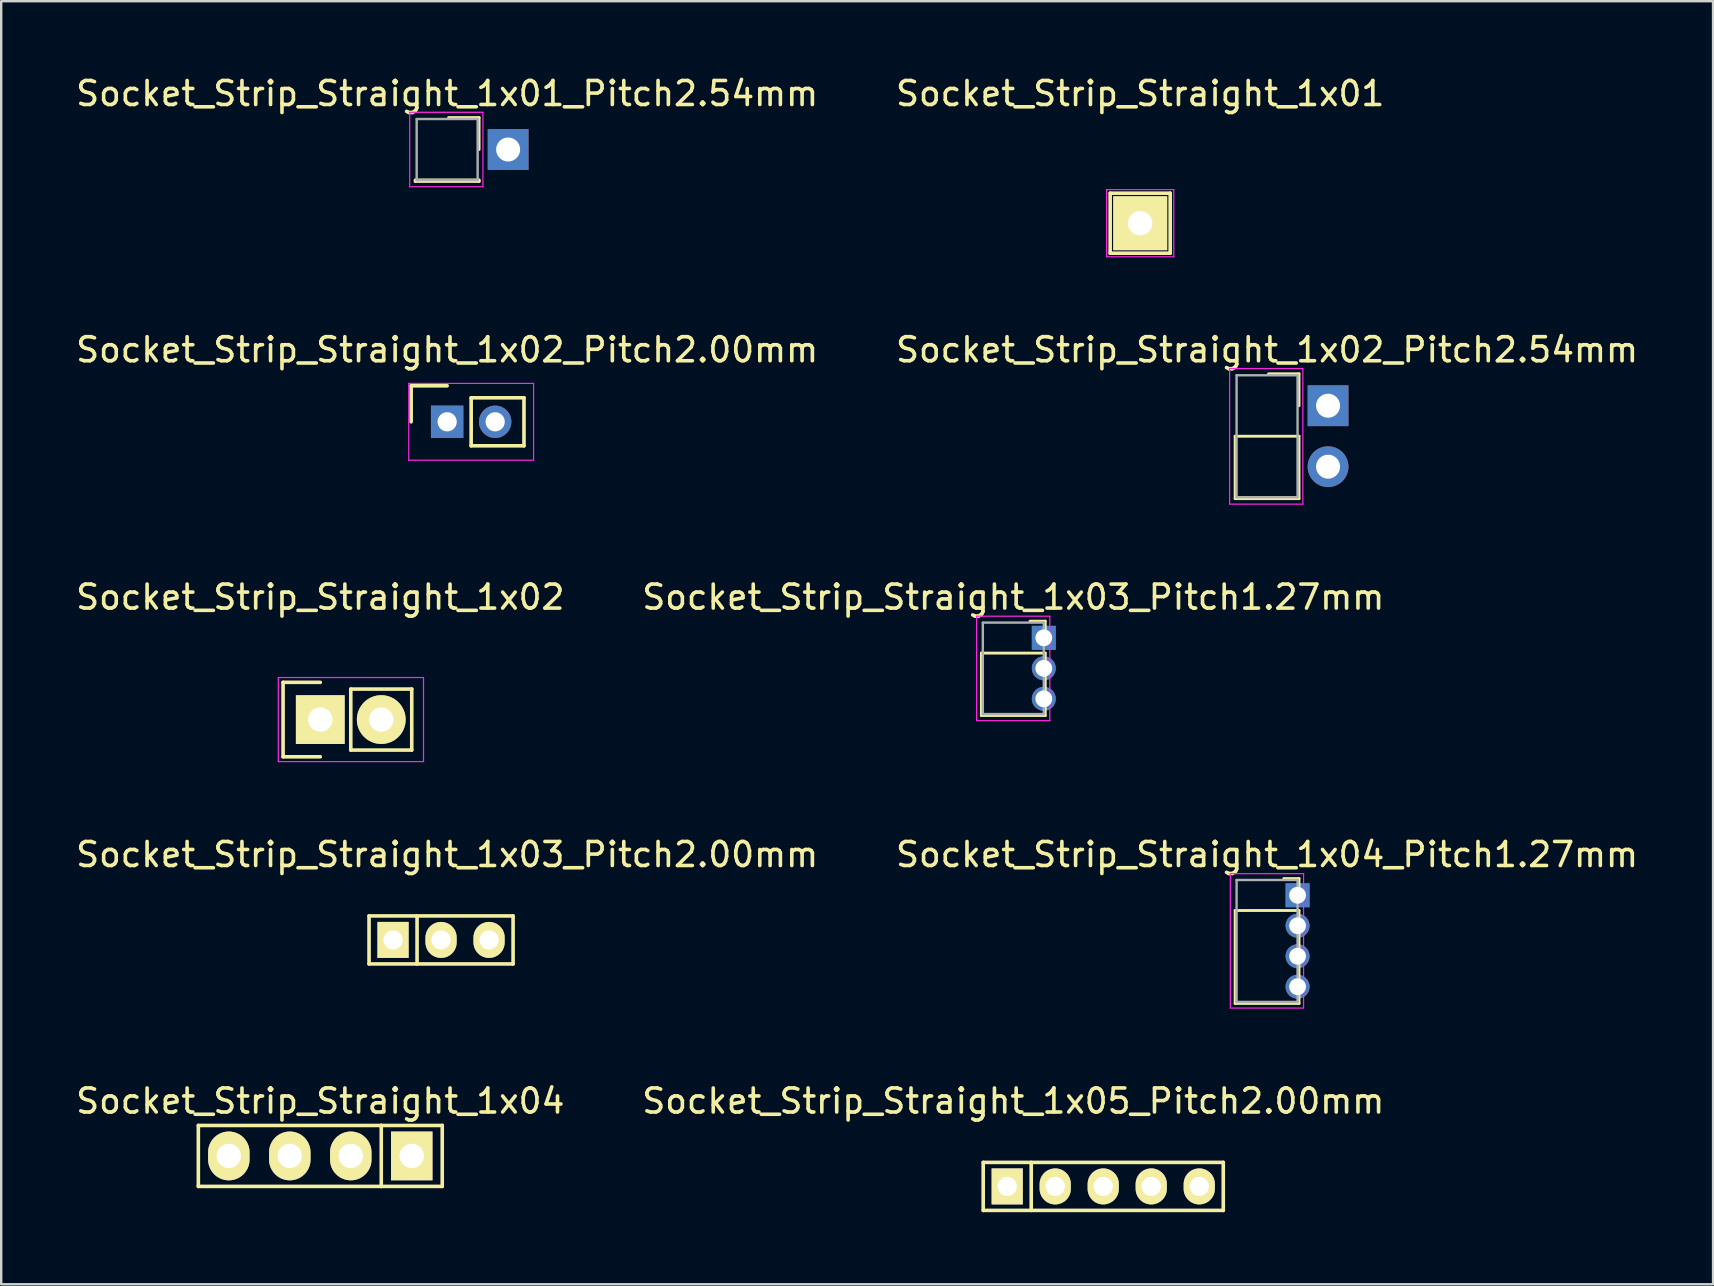
<source format=kicad_pcb>
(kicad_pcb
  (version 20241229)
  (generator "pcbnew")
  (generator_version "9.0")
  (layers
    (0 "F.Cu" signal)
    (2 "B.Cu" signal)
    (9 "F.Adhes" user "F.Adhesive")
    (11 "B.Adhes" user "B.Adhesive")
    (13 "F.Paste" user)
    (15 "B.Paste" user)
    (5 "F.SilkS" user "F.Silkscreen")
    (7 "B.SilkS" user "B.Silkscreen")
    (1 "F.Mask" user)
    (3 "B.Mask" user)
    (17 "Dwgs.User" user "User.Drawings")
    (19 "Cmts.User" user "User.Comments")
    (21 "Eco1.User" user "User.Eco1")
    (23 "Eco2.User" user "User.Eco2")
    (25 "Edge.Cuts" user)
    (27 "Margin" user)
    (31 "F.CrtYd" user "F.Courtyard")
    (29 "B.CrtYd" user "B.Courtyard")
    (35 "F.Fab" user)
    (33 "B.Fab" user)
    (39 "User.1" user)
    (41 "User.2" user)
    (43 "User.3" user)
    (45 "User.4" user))
  (footprint "Socket_Strip_Straight_1x04"
    (layer "F.Cu")
    (at 10.292 45.102)
    (property "Reference" "Socket_Strip_Straight_1x04" (at 0 -2.286 0) (layer "F.SilkS") (effects (font (size 1 1) (thickness 0.15))))
    (attr through_hole)
    (fp_line (start -5.08 1.27) (end -5.08 -1.27) (stroke (width 0.15) (type solid)) (layer "F.SilkS"))
    (fp_line (start 2.54 -1.27) (end -5.08 -1.27) (stroke (width 0.15) (type solid)) (layer "F.SilkS"))
    (fp_line (start 2.54 -1.27) (end 2.54 1.27) (stroke (width 0.15) (type solid)) (layer "F.SilkS"))
    (fp_line (start 2.54 1.27) (end -5.08 1.27) (stroke (width 0.15) (type solid)) (layer "F.SilkS"))
    (fp_line (start 5.08 -1.27) (end 2.54 -1.27) (stroke (width 0.15) (type solid)) (layer "F.SilkS"))
    (fp_line (start 5.08 -1.27) (end 5.08 1.27) (stroke (width 0.15) (type solid)) (layer "F.SilkS"))
    (fp_line (start 5.08 1.27) (end 2.54 1.27) (stroke (width 0.15) (type solid)) (layer "F.SilkS"))
    (pad "1" thru_hole rect (at 3.81 0 180) (size 1.727 2.032) (drill 1.016) (layers "*.Cu" "*.Mask" "F.SilkS"))
    (pad "2" thru_hole oval (at 1.27 0 180) (size 1.727 2.032) (drill 1.016) (layers "*.Cu" "*.Mask" "F.SilkS"))
    (pad "3" thru_hole oval (at -1.27 0 180) (size 1.727 2.032) (drill 1.016) (layers "*.Cu" "*.Mask" "F.SilkS"))
    (pad "4" thru_hole oval (at -3.81 0 180) (size 1.727 2.032) (drill 1.016) (layers "*.Cu" "*.Mask" "F.SilkS")))
  (footprint "Socket_Strip_Straight_1x05_Pitch2.00mm"
    (layer "F.Cu")
    (at 38.907 46.372)
    (property "Reference" "Socket_Strip_Straight_1x05_Pitch2.00mm" (at 0.254 -3.556 0) (layer "F.SilkS") (effects (font (size 1 1) (thickness 0.15))))
    (attr through_hole)
    (fp_line (start -1 -1) (end 9 -1) (stroke (width 0.15) (type solid)) (layer "F.SilkS"))
    (fp_line (start -1 1) (end -1 -1) (stroke (width 0.15) (type solid)) (layer "F.SilkS"))
    (fp_line (start 1 -1) (end 1 1) (stroke (width 0.15) (type solid)) (layer "F.SilkS"))
    (fp_line (start 9 -1) (end 9 1) (stroke (width 0.15) (type solid)) (layer "F.SilkS"))
    (fp_line (start 9 1) (end -1 1) (stroke (width 0.15) (type solid)) (layer "F.SilkS"))
    (pad "1" thru_hole rect (at 0 0) (size 1.3 1.5) (drill 0.8) (layers "*.Cu" "*.Mask" "F.SilkS"))
    (pad "2" thru_hole oval (at 2 0) (size 1.3 1.5) (drill 0.8) (layers "*.Cu" "*.Mask" "F.SilkS"))
    (pad "3" thru_hole oval (at 4 0) (size 1.3 1.5) (drill 0.8) (layers "*.Cu" "*.Mask" "F.SilkS"))
    (pad "4" thru_hole oval (at 6 0) (size 1.3 1.5) (drill 0.8) (layers "*.Cu" "*.Mask" "F.SilkS"))
    (pad "5" thru_hole oval (at 8 0) (size 1.3 1.5) (drill 0.8) (layers "*.Cu" "*.Mask" "F.SilkS")))
  (footprint "Socket_Strip_Straight_1x02"
    (layer "F.Cu")
    (at 10.292 26.925)
    (property "Reference" "Socket_Strip_Straight_1x02" (at 0 -5.1 0) (layer "F.SilkS") (effects (font (size 1 1) (thickness 0.15))))
    (attr through_hole)
    (fp_line (start -1.55 -1.55) (end -1.55 1.55) (stroke (width 0.15) (type solid)) (layer "F.SilkS"))
    (fp_line (start -1.55 1.55) (end 0 1.55) (stroke (width 0.15) (type solid)) (layer "F.SilkS"))
    (fp_line (start 0 -1.55) (end -1.55 -1.55) (stroke (width 0.15) (type solid)) (layer "F.SilkS"))
    (fp_line (start 1.27 -1.27) (end 3.81 -1.27) (stroke (width 0.15) (type solid)) (layer "F.SilkS"))
    (fp_line (start 1.27 1.27) (end 1.27 -1.27) (stroke (width 0.15) (type solid)) (layer "F.SilkS"))
    (fp_line (start 3.81 -1.27) (end 3.81 1.27) (stroke (width 0.15) (type solid)) (layer "F.SilkS"))
    (fp_line (start 3.81 1.27) (end 1.27 1.27) (stroke (width 0.15) (type solid)) (layer "F.SilkS"))
    (fp_line (start -1.75 -1.75) (end -1.75 1.75) (stroke (width 0.05) (type solid)) (layer "F.CrtYd"))
    (fp_line (start -1.75 -1.75) (end 4.3 -1.75) (stroke (width 0.05) (type solid)) (layer "F.CrtYd"))
    (fp_line (start -1.75 1.75) (end 4.3 1.75) (stroke (width 0.05) (type solid)) (layer "F.CrtYd"))
    (fp_line (start 4.3 -1.75) (end 4.3 1.75) (stroke (width 0.05) (type solid)) (layer "F.CrtYd"))
    (pad "1" thru_hole rect (at 0 0) (size 2.032 2.032) (drill 1.016) (layers "*.Cu" "*.Mask" "F.SilkS"))
    (pad "2" thru_hole oval (at 2.54 0) (size 2.032 2.032) (drill 1.016) (layers "*.Cu" "*.Mask" "F.SilkS")))
  (footprint "Socket_Strip_Straight_1x02_Pitch2.00mm"
    (layer "F.Cu")
    (at 15.577 14.521)
    (property "Reference" "Socket_Strip_Straight_1x02_Pitch2.00mm" (at 0 -3 0) (layer "F.SilkS") (effects (font (size 1 1) (thickness 0.15))))
    (attr through_hole)
    (fp_line (start -1.5 -1.5) (end -1.5 0) (stroke (width 0.15) (type solid)) (layer "F.SilkS"))
    (fp_line (start 0 -1.5) (end -1.5 -1.5) (stroke (width 0.15) (type solid)) (layer "F.SilkS"))
    (fp_line (start 1 -1) (end 1 1) (stroke (width 0.15) (type solid)) (layer "F.SilkS"))
    (fp_line (start 1 1) (end 3.2 1) (stroke (width 0.15) (type solid)) (layer "F.SilkS"))
    (fp_line (start 3.2 -1) (end 1 -1) (stroke (width 0.15) (type solid)) (layer "F.SilkS"))
    (fp_line (start 3.2 1) (end 3.2 -1) (stroke (width 0.15) (type solid)) (layer "F.SilkS"))
    (fp_line (start -1.6 -1.6) (end -1.6 1.6) (stroke (width 0.05) (type solid)) (layer "F.CrtYd"))
    (fp_line (start -1.6 1.6) (end 3.6 1.6) (stroke (width 0.05) (type solid)) (layer "F.CrtYd"))
    (fp_line (start 3.6 -1.6) (end -1.6 -1.6) (stroke (width 0.05) (type solid)) (layer "F.CrtYd"))
    (fp_line (start 3.6 1.6) (end 3.6 -1.6) (stroke (width 0.05) (type solid)) (layer "F.CrtYd"))
    (pad "1" thru_hole rect (at 0 0) (size 1.35 1.35) (drill 0.8) (layers "*.Cu" "*.Mask"))
    (pad "2" thru_hole circle (at 2 0) (size 1.35 1.35) (drill 0.8) (layers "*.Cu" "*.Mask")))
  (footprint "Socket_Strip_Straight_1x03_Pitch1.27mm"
    (layer "F.Cu")
    (at 40.431 23.52)
    (property "Reference" "Socket_Strip_Straight_1x03_Pitch1.27mm" (at -1.27 -1.695 0) (layer "F.SilkS") (effects (font (size 1 1) (thickness 0.15))))
    (attr through_hole)
    (fp_line (start -2.6 0.635) (end -2.6 3.235) (stroke (width 0.12) (type solid)) (layer "F.SilkS"))
    (fp_line (start -2.6 3.235) (end 0.06 3.235) (stroke (width 0.12) (type solid)) (layer "F.SilkS"))
    (fp_line (start 0.06 -0.695) (end -0.575 -0.695) (stroke (width 0.12) (type solid)) (layer "F.SilkS"))
    (fp_line (start 0.06 0) (end 0.06 -0.695) (stroke (width 0.12) (type solid)) (layer "F.SilkS"))
    (fp_line (start 0.06 0.635) (end -2.6 0.635) (stroke (width 0.12) (type solid)) (layer "F.SilkS"))
    (fp_line (start 0.06 3.235) (end 0.06 0.635) (stroke (width 0.12) (type solid)) (layer "F.SilkS"))
    (fp_line (start -2.8 -0.9) (end -2.8 3.45) (stroke (width 0.05) (type solid)) (layer "F.CrtYd"))
    (fp_line (start -2.8 3.45) (end 0.25 3.45) (stroke (width 0.05) (type solid)) (layer "F.CrtYd"))
    (fp_line (start 0.25 -0.9) (end -2.8 -0.9) (stroke (width 0.05) (type solid)) (layer "F.CrtYd"))
    (fp_line (start 0.25 3.45) (end 0.25 -0.9) (stroke (width 0.05) (type solid)) (layer "F.CrtYd"))
    (fp_line (start -2.54 -0.635) (end -2.54 3.175) (stroke (width 0.1) (type solid)) (layer "F.Fab"))
    (fp_line (start -2.54 3.175) (end 0 3.175) (stroke (width 0.1) (type solid)) (layer "F.Fab"))
    (fp_line (start 0 -0.635) (end -2.54 -0.635) (stroke (width 0.1) (type solid)) (layer "F.Fab"))
    (fp_line (start 0 3.175) (end 0 -0.635) (stroke (width 0.1) (type solid)) (layer "F.Fab"))
    (pad "1" thru_hole rect (at 0 0) (size 1 1) (drill 0.7) (layers "*.Cu" "*.Mask"))
    (pad "2" thru_hole oval (at 0 1.27) (size 1 1) (drill 0.7) (layers "*.Cu" "*.Mask"))
    (pad "3" thru_hole oval (at 0 2.54) (size 1 1) (drill 0.7) (layers "*.Cu" "*.Mask")))
  (footprint "Socket_Strip_Straight_1x01_Pitch2.54mm"
    (layer "F.Cu")
    (at 18.117 3.178)
    (property "Reference" "Socket_Strip_Straight_1x01_Pitch2.54mm" (at -2.54 -2.33 0) (layer "F.SilkS") (effects (font (size 1 1) (thickness 0.15))))
    (attr through_hole)
    (fp_line (start -3.87 1.27) (end -3.87 1.33) (stroke (width 0.12) (type solid)) (layer "F.SilkS"))
    (fp_line (start -3.87 1.33) (end -1.21 1.33) (stroke (width 0.12) (type solid)) (layer "F.SilkS"))
    (fp_line (start -1.21 -1.33) (end -2.48 -1.33) (stroke (width 0.12) (type solid)) (layer "F.SilkS"))
    (fp_line (start -1.21 0) (end -1.21 -1.33) (stroke (width 0.12) (type solid)) (layer "F.SilkS"))
    (fp_line (start -1.21 1.27) (end -3.87 1.27) (stroke (width 0.12) (type solid)) (layer "F.SilkS"))
    (fp_line (start -1.21 1.33) (end -1.21 1.27) (stroke (width 0.12) (type solid)) (layer "F.SilkS"))
    (fp_line (start -4.1 -1.55) (end -4.1 1.55) (stroke (width 0.05) (type solid)) (layer "F.CrtYd"))
    (fp_line (start -4.1 1.55) (end -1.05 1.55) (stroke (width 0.05) (type solid)) (layer "F.CrtYd"))
    (fp_line (start -1.05 -1.55) (end -4.1 -1.55) (stroke (width 0.05) (type solid)) (layer "F.CrtYd"))
    (fp_line (start -1.05 1.55) (end -1.05 -1.55) (stroke (width 0.05) (type solid)) (layer "F.CrtYd"))
    (fp_line (start -3.81 -1.27) (end -3.81 1.27) (stroke (width 0.1) (type solid)) (layer "F.Fab"))
    (fp_line (start -3.81 1.27) (end -1.27 1.27) (stroke (width 0.1) (type solid)) (layer "F.Fab"))
    (fp_line (start -1.27 -1.27) (end -3.81 -1.27) (stroke (width 0.1) (type solid)) (layer "F.Fab"))
    (fp_line (start -1.27 1.27) (end -1.27 -1.27) (stroke (width 0.1) (type solid)) (layer "F.Fab"))
    (pad "1" thru_hole rect (at 0 0) (size 1.7 1.7) (drill 1) (layers "*.Cu" "*.Mask")))
  (footprint "Socket_Strip_Straight_1x03_Pitch2.00mm"
    (layer "F.Cu")
    (at 15.323 36.104)
    (property "Reference" "Socket_Strip_Straight_1x03_Pitch2.00mm" (at 0.254 -3.556 0) (layer "F.SilkS") (effects (font (size 1 1) (thickness 0.15))))
    (attr through_hole)
    (fp_line (start -3 -1) (end 3 -1) (stroke (width 0.15) (type solid)) (layer "F.SilkS"))
    (fp_line (start -3 1) (end -3 -1) (stroke (width 0.15) (type solid)) (layer "F.SilkS"))
    (fp_line (start -1 -1) (end -1 1) (stroke (width 0.15) (type solid)) (layer "F.SilkS"))
    (fp_line (start 3 -1) (end 3 1) (stroke (width 0.15) (type solid)) (layer "F.SilkS"))
    (fp_line (start 3 1) (end -3 1) (stroke (width 0.15) (type solid)) (layer "F.SilkS"))
    (pad "1" thru_hole rect (at -2 0) (size 1.3 1.5) (drill 0.8) (layers "*.Cu" "*.Mask" "F.SilkS"))
    (pad "2" thru_hole oval (at 0 0) (size 1.3 1.5) (drill 0.8) (layers "*.Cu" "*.Mask" "F.SilkS"))
    (pad "3" thru_hole oval (at 2 0) (size 1.3 1.5) (drill 0.8) (layers "*.Cu" "*.Mask" "F.SilkS")))
  (footprint "Socket_Strip_Straight_1x04_Pitch1.27mm"
    (layer "F.Cu")
    (at 51.002 34.243)
    (property "Reference" "Socket_Strip_Straight_1x04_Pitch1.27mm" (at -1.27 -1.695 0) (layer "F.SilkS") (effects (font (size 1 1) (thickness 0.15))))
    (attr through_hole)
    (fp_line (start -2.6 0.635) (end -2.6 4.505) (stroke (width 0.12) (type solid)) (layer "F.SilkS"))
    (fp_line (start -2.6 4.505) (end 0.06 4.505) (stroke (width 0.12) (type solid)) (layer "F.SilkS"))
    (fp_line (start 0.06 -0.695) (end -0.575 -0.695) (stroke (width 0.12) (type solid)) (layer "F.SilkS"))
    (fp_line (start 0.06 0) (end 0.06 -0.695) (stroke (width 0.12) (type solid)) (layer "F.SilkS"))
    (fp_line (start 0.06 0.635) (end -2.6 0.635) (stroke (width 0.12) (type solid)) (layer "F.SilkS"))
    (fp_line (start 0.06 4.505) (end 0.06 0.635) (stroke (width 0.12) (type solid)) (layer "F.SilkS"))
    (fp_line (start -2.8 -0.9) (end -2.8 4.7) (stroke (width 0.05) (type solid)) (layer "F.CrtYd"))
    (fp_line (start -2.8 4.7) (end 0.25 4.7) (stroke (width 0.05) (type solid)) (layer "F.CrtYd"))
    (fp_line (start 0.25 -0.9) (end -2.8 -0.9) (stroke (width 0.05) (type solid)) (layer "F.CrtYd"))
    (fp_line (start 0.25 4.7) (end 0.25 -0.9) (stroke (width 0.05) (type solid)) (layer "F.CrtYd"))
    (fp_line (start -2.54 -0.635) (end -2.54 4.445) (stroke (width 0.1) (type solid)) (layer "F.Fab"))
    (fp_line (start -2.54 4.445) (end 0 4.445) (stroke (width 0.1) (type solid)) (layer "F.Fab"))
    (fp_line (start 0 -0.635) (end -2.54 -0.635) (stroke (width 0.1) (type solid)) (layer "F.Fab"))
    (fp_line (start 0 4.445) (end 0 -0.635) (stroke (width 0.1) (type solid)) (layer "F.Fab"))
    (pad "1" thru_hole rect (at 0 0) (size 1 1) (drill 0.7) (layers "*.Cu" "*.Mask"))
    (pad "2" thru_hole oval (at 0 1.27) (size 1 1) (drill 0.7) (layers "*.Cu" "*.Mask"))
    (pad "3" thru_hole oval (at 0 2.54) (size 1 1) (drill 0.7) (layers "*.Cu" "*.Mask"))
    (pad "4" thru_hole oval (at 0 3.81) (size 1 1) (drill 0.7) (layers "*.Cu" "*.Mask")))
  (footprint "Socket_Strip_Straight_1x02_Pitch2.54mm"
    (layer "F.Cu")
    (at 52.272 13.851)
    (property "Reference" "Socket_Strip_Straight_1x02_Pitch2.54mm" (at -2.54 -2.33 0) (layer "F.SilkS") (effects (font (size 1 1) (thickness 0.15))))
    (attr through_hole)
    (fp_line (start -3.87 1.27) (end -3.87 3.87) (stroke (width 0.12) (type solid)) (layer "F.SilkS"))
    (fp_line (start -3.87 3.87) (end -1.21 3.87) (stroke (width 0.12) (type solid)) (layer "F.SilkS"))
    (fp_line (start -1.21 -1.33) (end -2.48 -1.33) (stroke (width 0.12) (type solid)) (layer "F.SilkS"))
    (fp_line (start -1.21 0) (end -1.21 -1.33) (stroke (width 0.12) (type solid)) (layer "F.SilkS"))
    (fp_line (start -1.21 1.27) (end -3.87 1.27) (stroke (width 0.12) (type solid)) (layer "F.SilkS"))
    (fp_line (start -1.21 3.87) (end -1.21 1.27) (stroke (width 0.12) (type solid)) (layer "F.SilkS"))
    (fp_line (start -4.1 -1.55) (end -4.1 4.1) (stroke (width 0.05) (type solid)) (layer "F.CrtYd"))
    (fp_line (start -4.1 4.1) (end -1.05 4.1) (stroke (width 0.05) (type solid)) (layer "F.CrtYd"))
    (fp_line (start -1.05 -1.55) (end -4.1 -1.55) (stroke (width 0.05) (type solid)) (layer "F.CrtYd"))
    (fp_line (start -1.05 4.1) (end -1.05 -1.55) (stroke (width 0.05) (type solid)) (layer "F.CrtYd"))
    (fp_line (start -3.81 -1.27) (end -3.81 3.81) (stroke (width 0.1) (type solid)) (layer "F.Fab"))
    (fp_line (start -3.81 3.81) (end -1.27 3.81) (stroke (width 0.1) (type solid)) (layer "F.Fab"))
    (fp_line (start -1.27 -1.27) (end -3.81 -1.27) (stroke (width 0.1) (type solid)) (layer "F.Fab"))
    (fp_line (start -1.27 3.81) (end -1.27 -1.27) (stroke (width 0.1) (type solid)) (layer "F.Fab"))
    (pad "1" thru_hole rect (at 0 0) (size 1.7 1.7) (drill 1) (layers "*.Cu" "*.Mask"))
    (pad "2" thru_hole oval (at 0 2.54) (size 1.7 1.7) (drill 1) (layers "*.Cu" "*.Mask")))
  (footprint "Socket_Strip_Straight_1x01"
    (layer "F.Cu")
    (at 44.446 6.248)
    (property "Reference" "Socket_Strip_Straight_1x01" (at 0 -5.4 0) (layer "F.SilkS") (effects (font (size 1 1) (thickness 0.15))))
    (attr through_hole)
    (fp_line (start -1.25 -1.25) (end -1.25 1.25) (stroke (width 0.15) (type solid)) (layer "F.SilkS"))
    (fp_line (start -1.25 1.25) (end 1.25 1.25) (stroke (width 0.15) (type solid)) (layer "F.SilkS"))
    (fp_line (start 1.25 -1.25) (end -1.25 -1.25) (stroke (width 0.15) (type solid)) (layer "F.SilkS"))
    (fp_line (start 1.25 1.25) (end 1.25 -1.25) (stroke (width 0.15) (type solid)) (layer "F.SilkS"))
    (fp_line (start -1.4 -1.4) (end -1.4 1.4) (stroke (width 0.05) (type solid)) (layer "F.CrtYd"))
    (fp_line (start -1.4 -1.4) (end 1.4 -1.4) (stroke (width 0.05) (type solid)) (layer "F.CrtYd"))
    (fp_line (start -1.4 1.4) (end 1.4 1.4) (stroke (width 0.05) (type solid)) (layer "F.CrtYd"))
    (fp_line (start 1.4 -1.4) (end 1.4 1.4) (stroke (width 0.05) (type solid)) (layer "F.CrtYd"))
    (pad "1" thru_hole rect (at 0 0) (size 2.25 2.25) (drill 1.016) (layers "*.Cu" "*.Mask" "F.SilkS")))
  (gr_rect
    (start -3 -3)
    (end 68.31 50.447)
    (stroke (width 0.1) (type default))
    (fill no)
    (layer "Edge.Cuts")))
</source>
